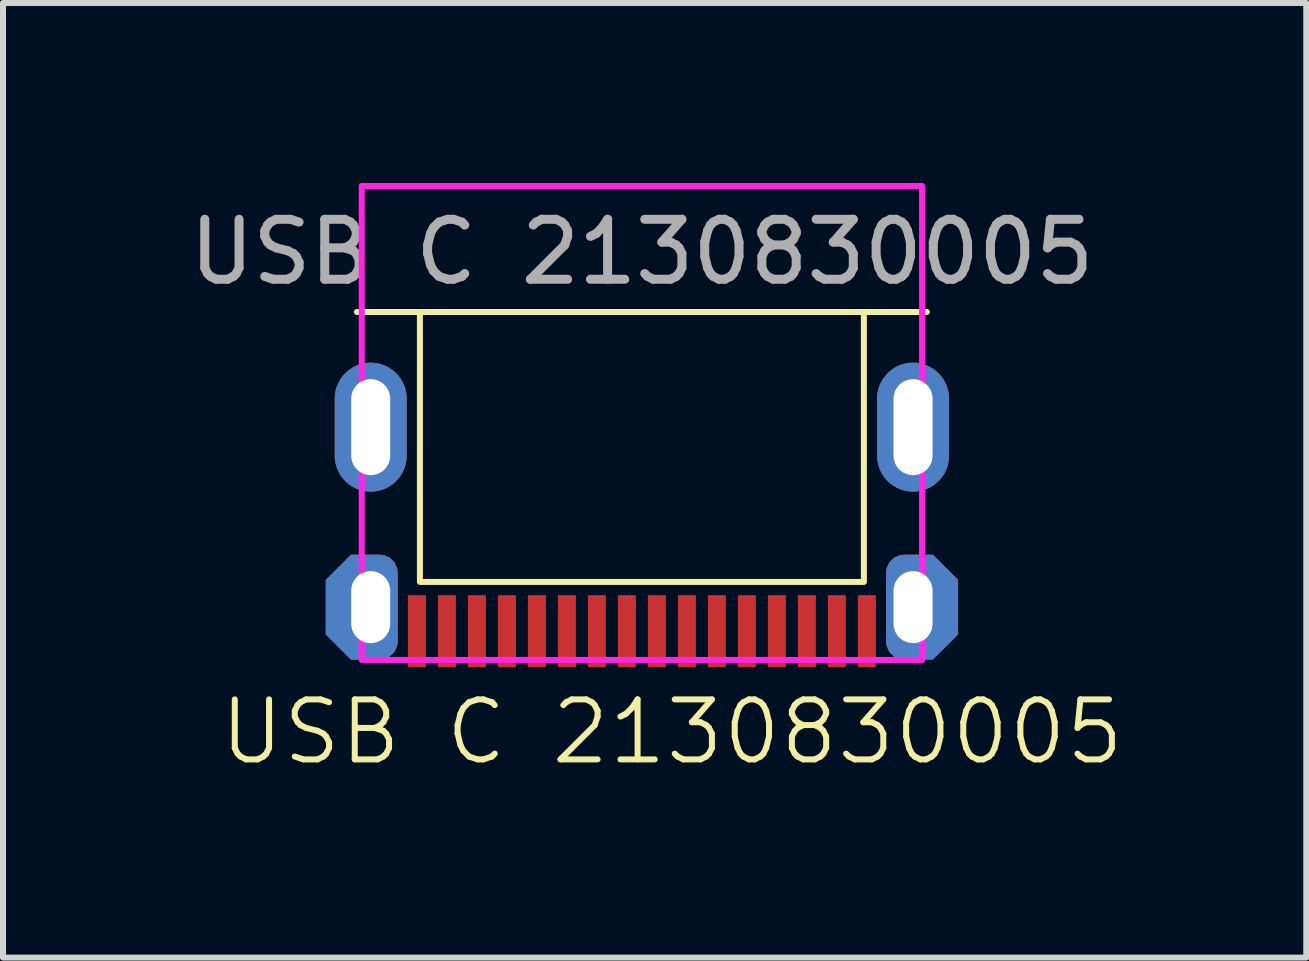
<source format=kicad_pcb>
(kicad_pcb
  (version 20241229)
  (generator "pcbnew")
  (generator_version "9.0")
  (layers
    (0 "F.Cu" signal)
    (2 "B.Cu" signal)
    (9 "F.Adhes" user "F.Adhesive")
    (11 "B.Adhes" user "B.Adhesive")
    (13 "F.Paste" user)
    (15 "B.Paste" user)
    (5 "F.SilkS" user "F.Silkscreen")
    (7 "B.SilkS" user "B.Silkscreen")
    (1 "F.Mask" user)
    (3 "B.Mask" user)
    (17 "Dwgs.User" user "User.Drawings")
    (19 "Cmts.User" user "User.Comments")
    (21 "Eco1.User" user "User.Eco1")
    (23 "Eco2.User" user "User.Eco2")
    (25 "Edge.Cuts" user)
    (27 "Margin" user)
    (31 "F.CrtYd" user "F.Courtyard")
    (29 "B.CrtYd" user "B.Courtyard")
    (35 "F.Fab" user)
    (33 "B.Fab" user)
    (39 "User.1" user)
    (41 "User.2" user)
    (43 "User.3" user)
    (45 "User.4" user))
  (footprint "USB C 2130830005"
    (layer "F.Cu")
    (at 7.649 2.15)
    (property "Reference" "USB C 2130830005" (at 0.5 7 0) (unlocked yes) (layer "F.SilkS") (effects (font (size 1 1) (thickness 0.1))))
    (attr through_hole)
    (fp_line (start -3.7 0) (end -4.75 0) (stroke (width 0.1) (type default)) (layer "F.SilkS"))
    (fp_line (start 3.7 0) (end 4.75 0) (stroke (width 0.1) (type default)) (layer "F.SilkS"))
    (fp_rect (start -3.7 0) (end 3.7 4.5) (stroke (width 0.1) (type default)) (fill no) (layer "F.SilkS"))
    (fp_rect (start -4.67 -2.1) (end 4.67 5.8) (stroke (width 0.1) (type default)) (fill no) (layer "F.CrtYd"))
    (fp_text user "${REFERENCE}" (at 0 -1 0) (unlocked yes) (layer "F.Fab") (effects (font (size 1 1) (thickness 0.15))))
    (pad "A1" smd rect (at 3.75 5.32) (size 0.3 1.2) (layers "F.Cu" "F.Mask" "F.Paste"))
    (pad "A4" smd rect (at 2.75 5.32) (size 0.3 1.2) (layers "F.Cu" "F.Mask" "F.Paste"))
    (pad "A5" smd rect (at 1.75 5.32) (size 0.3 1.2) (layers "F.Cu" "F.Mask" "F.Paste"))
    (pad "A6" smd rect (at 0.75 5.32) (size 0.3 1.2) (layers "F.Cu" "F.Mask" "F.Paste"))
    (pad "A7" smd rect (at -0.75 5.32) (size 0.3 1.2) (layers "F.Cu" "F.Mask" "F.Paste"))
    (pad "A8" smd rect (at -1.75 5.32) (size 0.3 1.2) (layers "F.Cu" "F.Mask" "F.Paste"))
    (pad "A9" smd rect (at -2.75 5.32) (size 0.3 1.2) (layers "F.Cu" "F.Mask" "F.Paste"))
    (pad "A12" smd rect (at -3.75 5.32) (size 0.3 1.2) (layers "F.Cu" "F.Mask" "F.Paste"))
    (pad "B1" smd rect (at -3.25 5.32) (size 0.3 1.2) (layers "F.Cu" "F.Mask" "F.Paste"))
    (pad "B4" smd rect (at -2.25 5.32) (size 0.3 1.2) (layers "F.Cu" "F.Mask" "F.Paste"))
    (pad "B5" smd rect (at -1.25 5.32) (size 0.3 1.2) (layers "F.Cu" "F.Mask" "F.Paste"))
    (pad "B6" smd rect (at -0.25 5.32) (size 0.3 1.2) (layers "F.Cu" "F.Mask" "F.Paste"))
    (pad "B7" smd rect (at 0.25 5.32) (size 0.3 1.2) (layers "F.Cu" "F.Mask" "F.Paste"))
    (pad "B8" smd rect (at 1.25 5.32) (size 0.3 1.2) (layers "F.Cu" "F.Mask" "F.Paste"))
    (pad "B9" smd rect (at 2.25 5.32) (size 0.3 1.2) (layers "F.Cu" "F.Mask" "F.Paste"))
    (pad "B12" smd rect (at 3.25 5.32) (size 0.3 1.2) (layers "F.Cu" "F.Mask" "F.Paste"))
    (pad "S1" thru_hole oval (at -4.52 1.92) (size 1.2 2.15) (drill oval 0.65 1.6) (layers "*.Cu" "*.Mask"))
    (pad "S1" thru_hole roundrect (at -4.52 4.92) (size 1.2 1.75) (drill oval 0.65 1.2 (offset -0.15 0)) (layers "*.Cu" "*.Mask") (roundrect_rratio 0.25) (chamfer_ratio 0.35) (chamfer top_left bottom_left))
    (pad "S1" thru_hole oval (at 4.52 1.92) (size 1.2 2.15) (drill oval 0.65 1.6) (layers "*.Cu" "*.Mask"))
    (pad "S1" thru_hole roundrect (at 4.52 4.92 180) (size 1.2 1.75) (drill oval 0.65 1.2 (offset -0.15 0)) (layers "*.Cu" "*.Mask") (roundrect_rratio 0.25) (chamfer_ratio 0.35) (chamfer top_left bottom_left)))
  (gr_rect
    (start -3 -3)
    (end 18.723 12.911)
    (stroke (width 0.1) (type default))
    (fill no)
    (layer "Edge.Cuts")))
</source>
